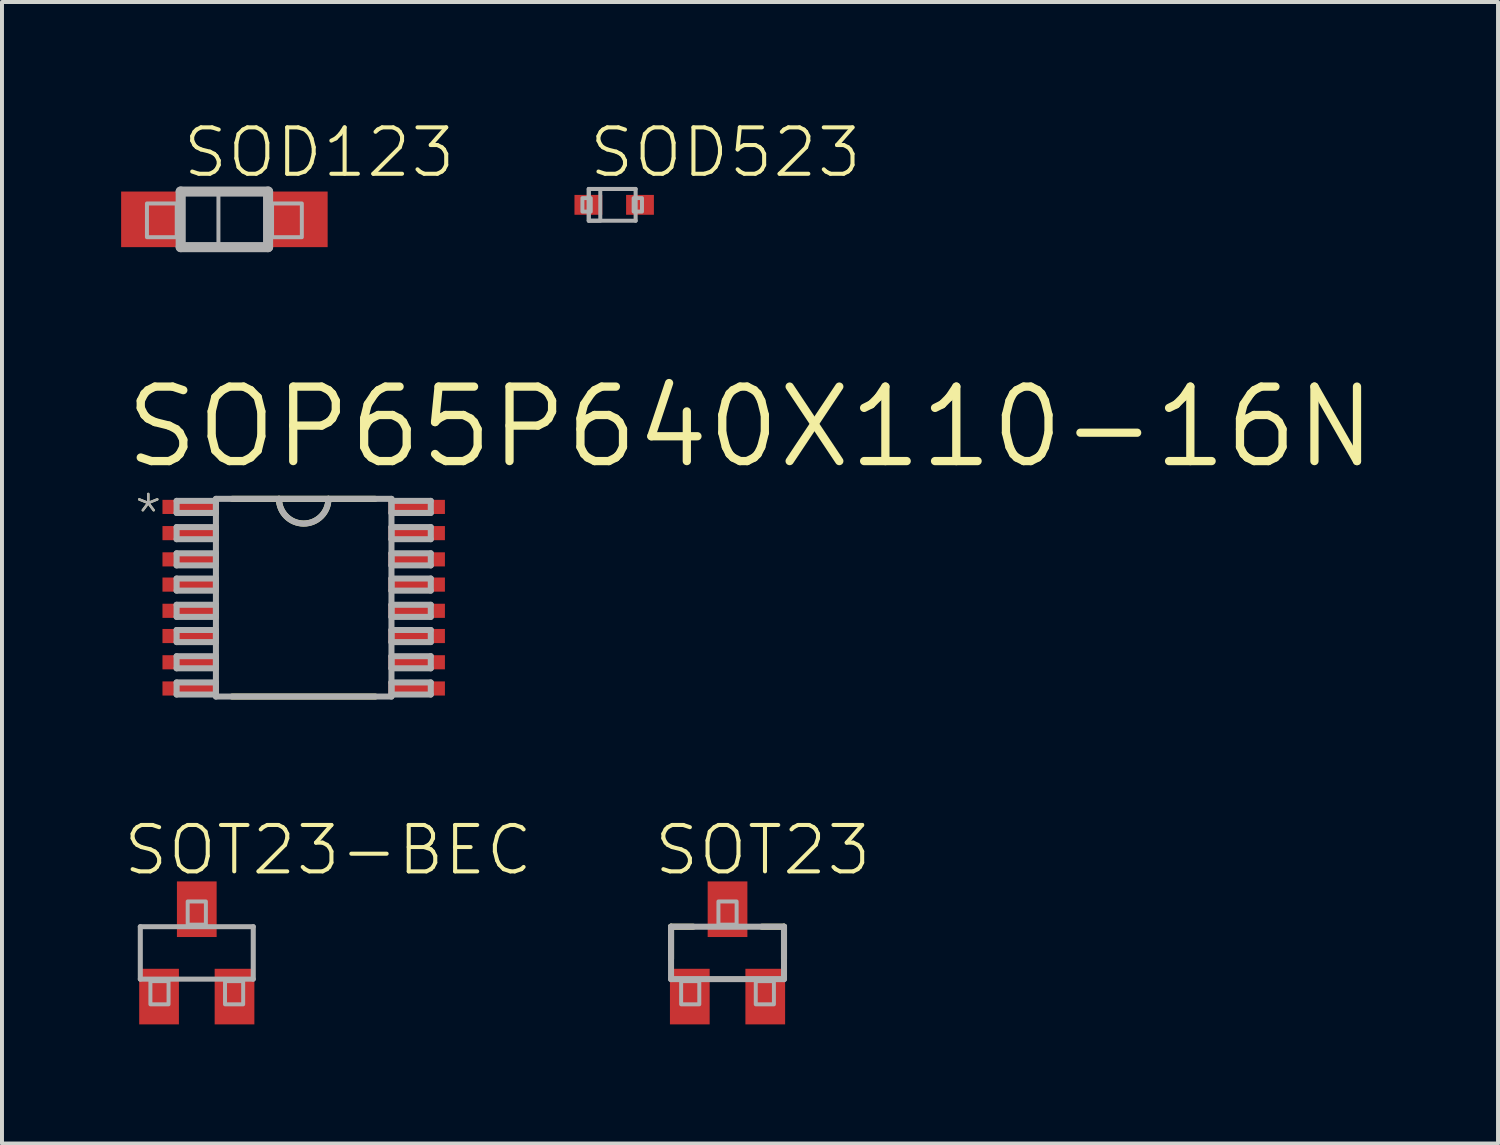
<source format=kicad_pcb>
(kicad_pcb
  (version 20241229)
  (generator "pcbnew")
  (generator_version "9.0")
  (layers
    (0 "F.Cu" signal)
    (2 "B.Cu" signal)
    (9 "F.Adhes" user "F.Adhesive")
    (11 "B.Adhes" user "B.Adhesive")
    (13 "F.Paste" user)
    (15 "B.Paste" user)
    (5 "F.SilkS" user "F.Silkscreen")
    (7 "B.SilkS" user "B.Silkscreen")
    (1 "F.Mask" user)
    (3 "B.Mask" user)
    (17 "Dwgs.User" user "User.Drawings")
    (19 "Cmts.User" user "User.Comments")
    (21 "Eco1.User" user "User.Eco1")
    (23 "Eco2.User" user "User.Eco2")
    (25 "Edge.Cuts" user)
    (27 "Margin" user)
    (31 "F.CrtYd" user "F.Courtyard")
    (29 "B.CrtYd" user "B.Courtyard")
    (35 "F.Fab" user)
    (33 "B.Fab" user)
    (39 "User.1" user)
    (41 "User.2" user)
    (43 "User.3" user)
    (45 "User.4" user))
  (footprint "SOD123"
    (layer "F.Cu")
    (at 2.6 2.473)
    (property "Reference" "SOD123" (at -1.1 -1 0) (layer "F.SilkS") (effects (font (size 1.168 1.168) (thickness 0.102)) (justify left bottom)))
    (fp_line (start -1.1 -0.7) (end 1.1 -0.7) (stroke (width 0.254) (type solid)) (layer "F.Fab"))
    (fp_line (start -1.1 0.7) (end -1.1 -0.7) (stroke (width 0.254) (type solid)) (layer "F.Fab"))
    (fp_line (start 1.1 -0.7) (end 1.1 0.7) (stroke (width 0.254) (type solid)) (layer "F.Fab"))
    (fp_line (start 1.1 0.7) (end -1.1 0.7) (stroke (width 0.254) (type solid)) (layer "F.Fab"))
    (fp_poly (pts (xy -1.95 0.45) (xy -1.2 0.45) (xy -1.2 -0.4) (xy -1.95 -0.4)) (stroke (width 0.1) (type solid)) (fill no) (layer "F.Fab"))
    (fp_poly (pts (xy -1.05 0.65) (xy -0.15 0.65) (xy -0.15 -0.7) (xy -1.05 -0.7)) (stroke (width 0.1) (type solid)) (fill no) (layer "F.Fab"))
    (fp_poly (pts (xy 1.2 0.45) (xy 1.95 0.45) (xy 1.95 -0.4) (xy 1.2 -0.4)) (stroke (width 0.1) (type solid)) (fill no) (layer "F.Fab"))
    (pad "A" smd rect (at 1.9 0) (size 1.4 1.4) (layers "F.Cu" "F.Mask" "F.Paste"))
    (pad "C" smd rect (at -1.9 0) (size 1.4 1.4) (layers "F.Cu" "F.Mask" "F.Paste")))
  (footprint "SOT23-BEC"
    (layer "F.Cu")
    (at 1.905 20.944)
    (property "Reference" "SOT23-BEC" (at -1.905 -1.905 0) (layer "F.SilkS") (effects (font (size 1.168 1.168) (thickness 0.102)) (justify left bottom)))
    (fp_line (start -1.422 -0.66) (end 1.422 -0.66) (stroke (width 0.127) (type solid)) (layer "F.Fab"))
    (fp_line (start -1.422 0.66) (end -1.422 -0.66) (stroke (width 0.127) (type solid)) (layer "F.Fab"))
    (fp_line (start 1.422 -0.66) (end 1.422 0.66) (stroke (width 0.127) (type solid)) (layer "F.Fab"))
    (fp_line (start 1.422 0.66) (end -1.422 0.66) (stroke (width 0.127) (type solid)) (layer "F.Fab"))
    (fp_poly (pts (xy -1.168 1.295) (xy -0.711 1.295) (xy -0.711 0.711) (xy -1.168 0.711)) (stroke (width 0.1) (type solid)) (fill no) (layer "F.Fab"))
    (fp_poly (pts (xy -0.229 -0.711) (xy 0.229 -0.711) (xy 0.229 -1.295) (xy -0.229 -1.295)) (stroke (width 0.1) (type solid)) (fill no) (layer "F.Fab"))
    (fp_poly (pts (xy 0.711 1.295) (xy 1.168 1.295) (xy 1.168 0.711) (xy 0.711 0.711)) (stroke (width 0.1) (type solid)) (fill no) (layer "F.Fab"))
    (pad "B" smd rect (at -0.95 1.1) (size 1 1.4) (layers "F.Cu" "F.Mask" "F.Paste"))
    (pad "C" smd rect (at 0 -1.1) (size 1 1.4) (layers "F.Cu" "F.Mask" "F.Paste"))
    (pad "E" smd rect (at 0.95 1.1) (size 1 1.4) (layers "F.Cu" "F.Mask" "F.Paste")))
  (footprint "SOD523"
    (layer "F.Cu")
    (at 12.365 2.108)
    (property "Reference" "SOD523" (at -0.635 -0.635 0) (layer "F.SilkS") (effects (font (size 1.168 1.168) (thickness 0.102)) (justify left bottom)))
    (fp_line (start -0.59 -0.4) (end 0.59 -0.4) (stroke (width 0.102) (type solid)) (layer "F.Fab"))
    (fp_line (start -0.59 0.4) (end -0.59 -0.4) (stroke (width 0.102) (type solid)) (layer "F.Fab"))
    (fp_line (start 0.59 -0.4) (end 0.59 0.4) (stroke (width 0.102) (type solid)) (layer "F.Fab"))
    (fp_line (start 0.59 0.4) (end -0.59 0.4) (stroke (width 0.102) (type solid)) (layer "F.Fab"))
    (fp_poly (pts (xy -0.75 0.17) (xy -0.54 0.17) (xy -0.54 -0.17) (xy -0.75 -0.17)) (stroke (width 0.1) (type solid)) (fill no) (layer "F.Fab"))
    (fp_poly (pts (xy -0.59 0.4) (xy -0.3 0.4) (xy -0.3 -0.4) (xy -0.59 -0.4)) (stroke (width 0.1) (type solid)) (fill no) (layer "F.Fab"))
    (fp_poly (pts (xy 0.54 0.17) (xy 0.75 0.17) (xy 0.75 -0.17) (xy 0.54 -0.17)) (stroke (width 0.1) (type solid)) (fill no) (layer "F.Fab"))
    (pad "A" smd rect (at 0.7 0) (size 0.7 0.5) (layers "F.Cu" "F.Mask" "F.Paste"))
    (pad "C" smd rect (at -0.6 0) (size 0.7 0.5) (layers "F.Cu" "F.Mask" "F.Paste")))
  (footprint "SOP65P640X110-16N"
    (layer "F.Cu")
    (at 4.597 12)
    (property "Reference" "SOP65P640X110-16N" (at -4.597 -3.2 0) (layer "F.SilkS") (effects (font (size 1.875 1.875) (thickness 0.208)) (justify left bottom)))
    (fp_line (start -1.803 2.489) (end 1.803 2.489) (stroke (width 0.152) (type solid)) (layer "F.SilkS"))
    (fp_line (start -0.622 -2.489) (end -1.803 -2.489) (stroke (width 0.152) (type solid)) (layer "F.SilkS"))
    (fp_line (start 0.622 -2.489) (end -0.622 -2.489) (stroke (width 0.152) (type solid)) (layer "F.SilkS"))
    (fp_line (start 1.803 -2.489) (end 0.622 -2.489) (stroke (width 0.152) (type solid)) (layer "F.SilkS"))
    (fp_arc (start 0.6223 -2.4892) (mid 0 -1.8669) (end -0.6223 -2.4892) (stroke (width 0.1524) (type solid)) (layer "F.SilkS"))
    (fp_line (start -3.2 -2.438) (end -3.2 -2.134) (stroke (width 0.152) (type solid)) (layer "F.Fab"))
    (fp_line (start -3.2 -2.134) (end -2.21 -2.134) (stroke (width 0.152) (type solid)) (layer "F.Fab"))
    (fp_line (start -3.2 -1.778) (end -3.2 -1.473) (stroke (width 0.152) (type solid)) (layer "F.Fab"))
    (fp_line (start -3.2 -1.473) (end -2.21 -1.473) (stroke (width 0.152) (type solid)) (layer "F.Fab"))
    (fp_line (start -3.2 -1.118) (end -3.2 -0.813) (stroke (width 0.152) (type solid)) (layer "F.Fab"))
    (fp_line (start -3.2 -0.813) (end -2.21 -0.813) (stroke (width 0.152) (type solid)) (layer "F.Fab"))
    (fp_line (start -3.2 -0.483) (end -3.2 -0.178) (stroke (width 0.152) (type solid)) (layer "F.Fab"))
    (fp_line (start -3.2 -0.178) (end -2.21 -0.178) (stroke (width 0.152) (type solid)) (layer "F.Fab"))
    (fp_line (start -3.2 0.178) (end -3.2 0.483) (stroke (width 0.152) (type solid)) (layer "F.Fab"))
    (fp_line (start -3.2 0.483) (end -2.21 0.483) (stroke (width 0.152) (type solid)) (layer "F.Fab"))
    (fp_line (start -3.2 0.813) (end -3.2 1.118) (stroke (width 0.152) (type solid)) (layer "F.Fab"))
    (fp_line (start -3.2 1.118) (end -2.21 1.118) (stroke (width 0.152) (type solid)) (layer "F.Fab"))
    (fp_line (start -3.2 1.473) (end -3.2 1.778) (stroke (width 0.152) (type solid)) (layer "F.Fab"))
    (fp_line (start -3.2 1.778) (end -2.21 1.778) (stroke (width 0.152) (type solid)) (layer "F.Fab"))
    (fp_line (start -3.2 2.134) (end -3.2 2.438) (stroke (width 0.152) (type solid)) (layer "F.Fab"))
    (fp_line (start -3.2 2.438) (end -2.21 2.438) (stroke (width 0.152) (type solid)) (layer "F.Fab"))
    (fp_line (start -2.21 -2.489) (end -2.21 2.489) (stroke (width 0.152) (type solid)) (layer "F.Fab"))
    (fp_line (start -2.21 -2.438) (end -3.2 -2.438) (stroke (width 0.152) (type solid)) (layer "F.Fab"))
    (fp_line (start -2.21 -2.134) (end -2.21 -2.438) (stroke (width 0.152) (type solid)) (layer "F.Fab"))
    (fp_line (start -2.21 -1.778) (end -3.2 -1.778) (stroke (width 0.152) (type solid)) (layer "F.Fab"))
    (fp_line (start -2.21 -1.473) (end -2.21 -1.778) (stroke (width 0.152) (type solid)) (layer "F.Fab"))
    (fp_line (start -2.21 -1.118) (end -3.2 -1.118) (stroke (width 0.152) (type solid)) (layer "F.Fab"))
    (fp_line (start -2.21 -0.813) (end -2.21 -1.118) (stroke (width 0.152) (type solid)) (layer "F.Fab"))
    (fp_line (start -2.21 -0.483) (end -3.2 -0.483) (stroke (width 0.152) (type solid)) (layer "F.Fab"))
    (fp_line (start -2.21 -0.178) (end -2.21 -0.483) (stroke (width 0.152) (type solid)) (layer "F.Fab"))
    (fp_line (start -2.21 0.178) (end -3.2 0.178) (stroke (width 0.152) (type solid)) (layer "F.Fab"))
    (fp_line (start -2.21 0.483) (end -2.21 0.178) (stroke (width 0.152) (type solid)) (layer "F.Fab"))
    (fp_line (start -2.21 0.813) (end -3.2 0.813) (stroke (width 0.152) (type solid)) (layer "F.Fab"))
    (fp_line (start -2.21 1.118) (end -2.21 0.813) (stroke (width 0.152) (type solid)) (layer "F.Fab"))
    (fp_line (start -2.21 1.473) (end -3.2 1.473) (stroke (width 0.152) (type solid)) (layer "F.Fab"))
    (fp_line (start -2.21 1.778) (end -2.21 1.473) (stroke (width 0.152) (type solid)) (layer "F.Fab"))
    (fp_line (start -2.21 2.134) (end -3.2 2.134) (stroke (width 0.152) (type solid)) (layer "F.Fab"))
    (fp_line (start -2.21 2.438) (end -2.21 2.134) (stroke (width 0.152) (type solid)) (layer "F.Fab"))
    (fp_line (start -2.21 2.489) (end 2.21 2.489) (stroke (width 0.152) (type solid)) (layer "F.Fab"))
    (fp_line (start -0.622 -2.489) (end -2.21 -2.489) (stroke (width 0.152) (type solid)) (layer "F.Fab"))
    (fp_line (start 0.622 -2.489) (end -0.622 -2.489) (stroke (width 0.152) (type solid)) (layer "F.Fab"))
    (fp_line (start 2.21 -2.489) (end 0.622 -2.489) (stroke (width 0.152) (type solid)) (layer "F.Fab"))
    (fp_line (start 2.21 -2.438) (end 2.21 -2.134) (stroke (width 0.152) (type solid)) (layer "F.Fab"))
    (fp_line (start 2.21 -2.134) (end 3.2 -2.134) (stroke (width 0.152) (type solid)) (layer "F.Fab"))
    (fp_line (start 2.21 -1.778) (end 2.21 -1.473) (stroke (width 0.152) (type solid)) (layer "F.Fab"))
    (fp_line (start 2.21 -1.473) (end 3.2 -1.473) (stroke (width 0.152) (type solid)) (layer "F.Fab"))
    (fp_line (start 2.21 -1.118) (end 2.21 -0.813) (stroke (width 0.152) (type solid)) (layer "F.Fab"))
    (fp_line (start 2.21 -0.813) (end 3.2 -0.813) (stroke (width 0.152) (type solid)) (layer "F.Fab"))
    (fp_line (start 2.21 -0.483) (end 2.21 -0.178) (stroke (width 0.152) (type solid)) (layer "F.Fab"))
    (fp_line (start 2.21 -0.178) (end 3.2 -0.178) (stroke (width 0.152) (type solid)) (layer "F.Fab"))
    (fp_line (start 2.21 0.178) (end 2.21 0.483) (stroke (width 0.152) (type solid)) (layer "F.Fab"))
    (fp_line (start 2.21 0.483) (end 3.2 0.483) (stroke (width 0.152) (type solid)) (layer "F.Fab"))
    (fp_line (start 2.21 0.813) (end 2.21 1.118) (stroke (width 0.152) (type solid)) (layer "F.Fab"))
    (fp_line (start 2.21 1.118) (end 3.2 1.118) (stroke (width 0.152) (type solid)) (layer "F.Fab"))
    (fp_line (start 2.21 1.473) (end 2.21 1.778) (stroke (width 0.152) (type solid)) (layer "F.Fab"))
    (fp_line (start 2.21 1.778) (end 3.2 1.778) (stroke (width 0.152) (type solid)) (layer "F.Fab"))
    (fp_line (start 2.21 2.134) (end 2.21 2.438) (stroke (width 0.152) (type solid)) (layer "F.Fab"))
    (fp_line (start 2.21 2.438) (end 3.2 2.438) (stroke (width 0.152) (type solid)) (layer "F.Fab"))
    (fp_line (start 2.21 2.489) (end 2.21 -2.489) (stroke (width 0.152) (type solid)) (layer "F.Fab"))
    (fp_line (start 3.2 -2.438) (end 2.21 -2.438) (stroke (width 0.152) (type solid)) (layer "F.Fab"))
    (fp_line (start 3.2 -2.134) (end 3.2 -2.438) (stroke (width 0.152) (type solid)) (layer "F.Fab"))
    (fp_line (start 3.2 -1.778) (end 2.21 -1.778) (stroke (width 0.152) (type solid)) (layer "F.Fab"))
    (fp_line (start 3.2 -1.473) (end 3.2 -1.778) (stroke (width 0.152) (type solid)) (layer "F.Fab"))
    (fp_line (start 3.2 -1.118) (end 2.21 -1.118) (stroke (width 0.152) (type solid)) (layer "F.Fab"))
    (fp_line (start 3.2 -0.813) (end 3.2 -1.118) (stroke (width 0.152) (type solid)) (layer "F.Fab"))
    (fp_line (start 3.2 -0.483) (end 2.21 -0.483) (stroke (width 0.152) (type solid)) (layer "F.Fab"))
    (fp_line (start 3.2 -0.178) (end 3.2 -0.483) (stroke (width 0.152) (type solid)) (layer "F.Fab"))
    (fp_line (start 3.2 0.178) (end 2.21 0.178) (stroke (width 0.152) (type solid)) (layer "F.Fab"))
    (fp_line (start 3.2 0.483) (end 3.2 0.178) (stroke (width 0.152) (type solid)) (layer "F.Fab"))
    (fp_line (start 3.2 0.813) (end 2.21 0.813) (stroke (width 0.152) (type solid)) (layer "F.Fab"))
    (fp_line (start 3.2 1.118) (end 3.2 0.813) (stroke (width 0.152) (type solid)) (layer "F.Fab"))
    (fp_line (start 3.2 1.473) (end 2.21 1.473) (stroke (width 0.152) (type solid)) (layer "F.Fab"))
    (fp_line (start 3.2 1.778) (end 3.2 1.473) (stroke (width 0.152) (type solid)) (layer "F.Fab"))
    (fp_line (start 3.2 2.134) (end 2.21 2.134) (stroke (width 0.152) (type solid)) (layer "F.Fab"))
    (fp_line (start 3.2 2.438) (end 3.2 2.134) (stroke (width 0.152) (type solid)) (layer "F.Fab"))
    (fp_arc (start 0.6223 -2.4892) (mid 0 -1.8669) (end -0.6223 -2.4892) (stroke (width 0.1524) (type solid)) (layer "F.Fab"))
    (fp_text user "*" (at -4.318 -1.537 0) (layer "F.SilkS") (effects (font (size 0.955 0.955) (thickness 0.061)) (justify left bottom)))
    (fp_text user "*" (at -4.318 -1.537 0) (layer "F.Fab") (effects (font (size 0.955 0.955) (thickness 0.061)) (justify left bottom)))
    (pad "1" smd rect (at -2.845 -2.286) (size 1.422 0.356) (layers "F.Cu" "F.Mask" "F.Paste"))
    (pad "2" smd rect (at -2.845 -1.626) (size 1.422 0.356) (layers "F.Cu" "F.Mask" "F.Paste"))
    (pad "3" smd rect (at -2.845 -0.965) (size 1.422 0.356) (layers "F.Cu" "F.Mask" "F.Paste"))
    (pad "4" smd rect (at -2.845 -0.33) (size 1.422 0.356) (layers "F.Cu" "F.Mask" "F.Paste"))
    (pad "5" smd rect (at -2.845 0.33) (size 1.422 0.356) (layers "F.Cu" "F.Mask" "F.Paste"))
    (pad "6" smd rect (at -2.845 0.965) (size 1.422 0.356) (layers "F.Cu" "F.Mask" "F.Paste"))
    (pad "7" smd rect (at -2.845 1.626) (size 1.422 0.356) (layers "F.Cu" "F.Mask" "F.Paste"))
    (pad "8" smd rect (at -2.845 2.286) (size 1.422 0.356) (layers "F.Cu" "F.Mask" "F.Paste"))
    (pad "9" smd rect (at 2.845 2.286) (size 1.422 0.356) (layers "F.Cu" "F.Mask" "F.Paste"))
    (pad "10" smd rect (at 2.845 1.626) (size 1.422 0.356) (layers "F.Cu" "F.Mask" "F.Paste"))
    (pad "11" smd rect (at 2.845 0.965) (size 1.422 0.356) (layers "F.Cu" "F.Mask" "F.Paste"))
    (pad "12" smd rect (at 2.845 0.33) (size 1.422 0.356) (layers "F.Cu" "F.Mask" "F.Paste"))
    (pad "13" smd rect (at 2.845 -0.33) (size 1.422 0.356) (layers "F.Cu" "F.Mask" "F.Paste"))
    (pad "14" smd rect (at 2.845 -0.965) (size 1.422 0.356) (layers "F.Cu" "F.Mask" "F.Paste"))
    (pad "15" smd rect (at 2.845 -1.626) (size 1.422 0.356) (layers "F.Cu" "F.Mask" "F.Paste"))
    (pad "16" smd rect (at 2.845 -2.286) (size 1.422 0.356) (layers "F.Cu" "F.Mask" "F.Paste")))
  (footprint "SOT23"
    (layer "F.Cu")
    (at 15.269 20.944)
    (property "Reference" "SOT23" (at -1.905 -1.905 0) (layer "F.SilkS") (effects (font (size 1.168 1.168) (thickness 0.102)) (justify left bottom)))
    (fp_line (start -1.422 -0.66) (end -0.864 -0.66) (stroke (width 0.152) (type solid)) (layer "F.SilkS"))
    (fp_line (start -1.422 0.152) (end -1.422 -0.66) (stroke (width 0.152) (type solid)) (layer "F.SilkS"))
    (fp_line (start 0.864 -0.66) (end 1.422 -0.66) (stroke (width 0.152) (type solid)) (layer "F.SilkS"))
    (fp_line (start 1.422 -0.66) (end 1.422 0.152) (stroke (width 0.152) (type solid)) (layer "F.SilkS"))
    (fp_line (start -1.422 -0.66) (end 1.422 -0.66) (stroke (width 0.152) (type solid)) (layer "F.Fab"))
    (fp_line (start -1.422 0.66) (end -1.422 -0.66) (stroke (width 0.152) (type solid)) (layer "F.Fab"))
    (fp_line (start 1.422 -0.66) (end 1.422 0.66) (stroke (width 0.152) (type solid)) (layer "F.Fab"))
    (fp_line (start 1.422 0.66) (end -1.422 0.66) (stroke (width 0.152) (type solid)) (layer "F.Fab"))
    (fp_poly (pts (xy -1.168 1.295) (xy -0.711 1.295) (xy -0.711 0.711) (xy -1.168 0.711)) (stroke (width 0.1) (type solid)) (fill no) (layer "F.Fab"))
    (fp_poly (pts (xy -0.229 -0.711) (xy 0.229 -0.711) (xy 0.229 -1.295) (xy -0.229 -1.295)) (stroke (width 0.1) (type solid)) (fill no) (layer "F.Fab"))
    (fp_poly (pts (xy 0.711 1.295) (xy 1.168 1.295) (xy 1.168 0.711) (xy 0.711 0.711)) (stroke (width 0.1) (type solid)) (fill no) (layer "F.Fab"))
    (pad "1" smd rect (at -0.95 1.1) (size 1 1.4) (layers "F.Cu" "F.Mask" "F.Paste"))
    (pad "2" smd rect (at 0.95 1.1) (size 1 1.4) (layers "F.Cu" "F.Mask" "F.Paste"))
    (pad "3" smd rect (at 0 -1.1) (size 1 1.4) (layers "F.Cu" "F.Mask" "F.Paste")))
  (gr_rect
    (start -3 -3)
    (end 34.67 25.744)
    (stroke (width 0.1) (type default))
    (fill no)
    (layer "Edge.Cuts")))
</source>
